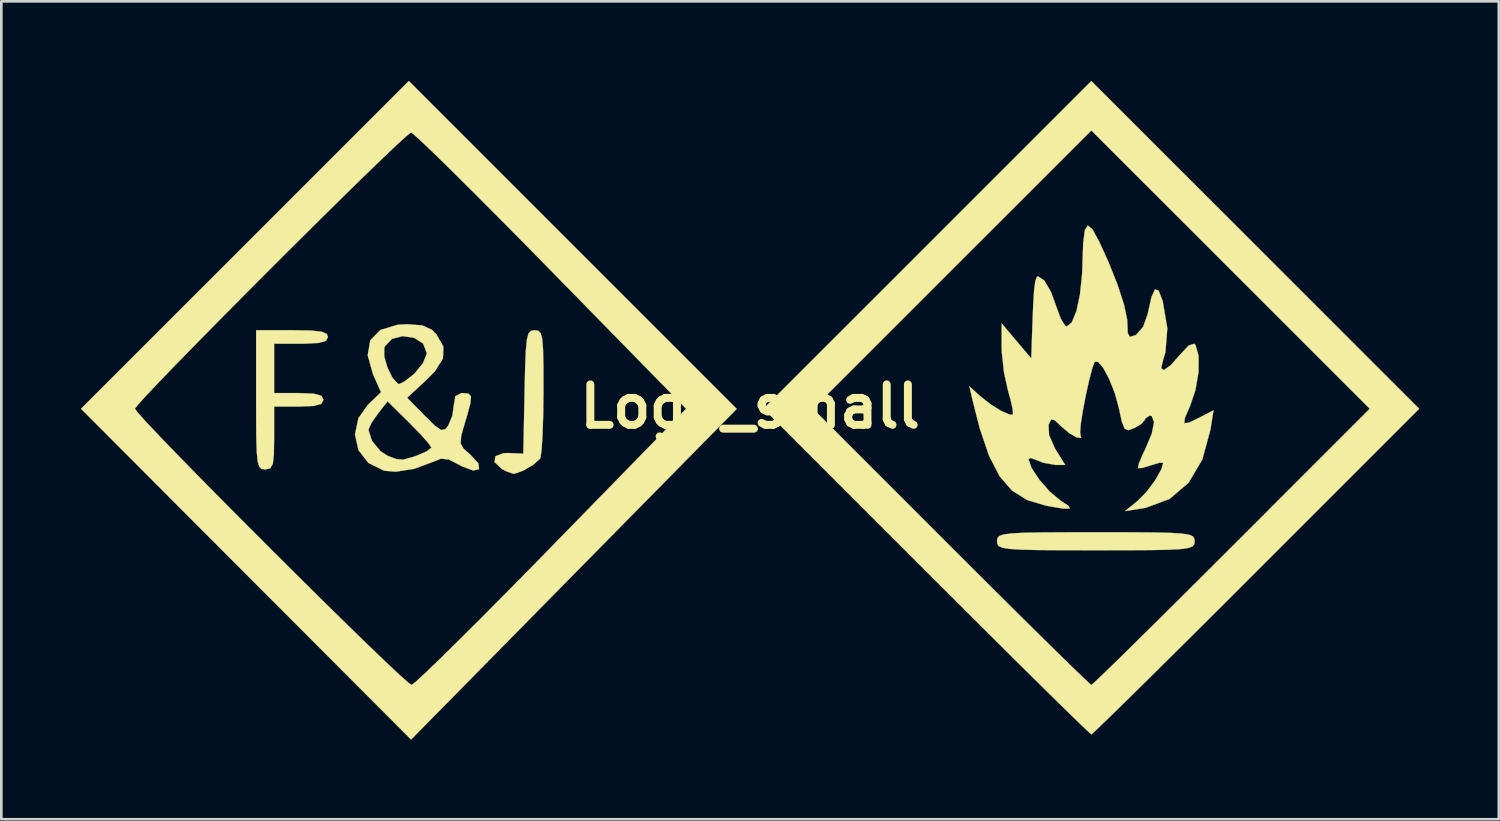
<source format=kicad_pcb>
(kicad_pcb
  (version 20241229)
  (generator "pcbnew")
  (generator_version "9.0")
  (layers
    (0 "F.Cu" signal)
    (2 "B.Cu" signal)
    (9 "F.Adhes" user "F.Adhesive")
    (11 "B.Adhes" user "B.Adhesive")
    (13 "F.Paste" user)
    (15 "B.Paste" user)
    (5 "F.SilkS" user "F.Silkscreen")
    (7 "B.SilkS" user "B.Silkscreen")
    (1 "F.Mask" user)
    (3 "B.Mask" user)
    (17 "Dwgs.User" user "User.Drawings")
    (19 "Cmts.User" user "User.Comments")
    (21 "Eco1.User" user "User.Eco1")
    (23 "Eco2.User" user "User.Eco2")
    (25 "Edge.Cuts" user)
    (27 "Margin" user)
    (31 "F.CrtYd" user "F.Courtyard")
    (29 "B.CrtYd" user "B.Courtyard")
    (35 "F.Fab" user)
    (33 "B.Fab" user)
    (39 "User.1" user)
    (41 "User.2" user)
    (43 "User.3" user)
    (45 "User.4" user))
  (footprint "Logo_small"
    (layer "F.Cu")
    (at 25.236 12.281)
    (property "Reference" "Logo_small" (at 0 0 0) (layer "F.SilkS") (effects (font (size 1.524 1.524) (thickness 0.3))))
    (attr through_hole)
    (fp_poly (pts (xy -7.99 -2.86) (xy -7.898 -2.769) (xy -7.84 -2.552) (xy -7.807 -2.159) (xy -7.794 -1.535) (xy -7.792 -0.63) (xy -7.792 -0.55) (xy -7.802 0.314) (xy -7.826 1.061) (xy -7.862 1.623) (xy -7.906 1.933) (xy -7.919 1.964) (xy -8.17 2.191) (xy -8.547 2.413) (xy -8.876 2.532) (xy -8.921 2.535) (xy -9.169 2.453) (xy -9.356 2.357) (xy -9.635 2.097) (xy -9.604 1.875) (xy -9.29 1.757) (xy -9.102 1.753) (xy -8.551 1.778) (xy -8.504 -0.55) (xy -8.483 -1.48) (xy -8.456 -2.122) (xy -8.415 -2.531) (xy -8.353 -2.759) (xy -8.26 -2.857) (xy -8.127 -2.879) (xy -8.123 -2.879) (xy -7.99 -2.86)) (stroke (width 0.01) (type solid)) (fill yes) (layer "F.SilkS"))
    (fp_poly (pts (xy 14.253 4.742) (xy 15.17 4.748) (xy 15.831 4.763) (xy 16.279 4.79) (xy 16.554 4.833) (xy 16.699 4.895) (xy 16.755 4.982) (xy 16.764 5.08) (xy 16.752 5.19) (xy 16.687 5.274) (xy 16.528 5.334) (xy 16.233 5.375) (xy 15.76 5.4) (xy 15.069 5.413) (xy 14.117 5.418) (xy 13.039 5.419) (xy 11.825 5.418) (xy 10.908 5.412) (xy 10.246 5.397) (xy 9.799 5.37) (xy 9.523 5.327) (xy 9.378 5.265) (xy 9.322 5.178) (xy 9.313 5.08) (xy 9.326 4.97) (xy 9.391 4.886) (xy 9.55 4.826) (xy 9.845 4.785) (xy 10.317 4.76) (xy 11.008 4.747) (xy 11.96 4.742) (xy 13.039 4.741) (xy 14.253 4.742)) (stroke (width 0.01) (type solid)) (fill yes) (layer "F.SilkS"))
    (fp_poly (pts (xy -16.577 -2.867) (xy -16.16 -2.823) (xy -15.96 -2.737) (xy -15.917 -2.625) (xy -15.995 -2.477) (xy -16.272 -2.398) (xy -16.811 -2.371) (xy -16.933 -2.371) (xy -17.949 -2.371) (xy -17.949 -0.508) (xy -17.018 -0.508) (xy -16.456 -0.485) (xy -16.167 -0.405) (xy -16.087 -0.254) (xy -16.17 -0.101) (xy -16.464 -0.022) (xy -17.018 0) (xy -17.949 0) (xy -17.949 1.185) (xy -17.958 1.808) (xy -18 2.165) (xy -18.094 2.328) (xy -18.261 2.37) (xy -18.288 2.371) (xy -18.416 2.354) (xy -18.507 2.273) (xy -18.568 2.076) (xy -18.603 1.715) (xy -18.621 1.14) (xy -18.626 0.302) (xy -18.627 -0.254) (xy -18.627 -2.879) (xy -17.272 -2.879) (xy -16.577 -2.867)) (stroke (width 0.01) (type solid)) (fill yes) (layer "F.SilkS"))
    (fp_poly (pts (xy 19.05 -6.096) (xy 25.231 0.083) (xy 19.093 6.222) (xy 17.904 7.41) (xy 16.787 8.523) (xy 15.765 9.537) (xy 14.862 10.431) (xy 14.1 11.181) (xy 13.501 11.766) (xy 13.089 12.163) (xy 12.886 12.35) (xy 12.869 12.361) (xy 12.736 12.245) (xy 12.387 11.911) (xy 11.844 11.383) (xy 11.131 10.682) (xy 10.269 9.83) (xy 9.282 8.851) (xy 8.193 7.767) (xy 7.024 6.6) (xy 6.645 6.222) (xy 0.508 0.083) (xy 0.508 0.083) (xy 2.371 0.083) (xy 7.577 5.291) (xy 8.67 6.382) (xy 9.689 7.397) (xy 10.61 8.309) (xy 11.406 9.094) (xy 12.055 9.729) (xy 12.53 10.188) (xy 12.807 10.448) (xy 12.869 10.499) (xy 13.003 10.383) (xy 13.352 10.051) (xy 13.889 9.529) (xy 14.592 8.839) (xy 15.434 8.007) (xy 16.391 7.057) (xy 17.439 6.013) (xy 18.162 5.291) (xy 23.368 0.083) (xy 12.869 -10.412) (xy 7.62 -5.165) (xy 2.371 0.083) (xy 0.508 0.083) (xy 6.689 -6.096) (xy 12.869 -12.275) (xy 19.05 -6.096)) (stroke (width 0.01) (type solid)) (fill yes) (layer "F.SilkS"))
    (fp_poly (pts (xy -0.504 0.089) (xy -6.645 6.323) (xy -12.785 12.558) (xy -19.008 6.321) (xy -25.231 0.083) (xy -25.23 0.083) (xy -23.199 0.083) (xy -23.082 0.24) (xy -22.754 0.604) (xy -22.243 1.144) (xy -21.581 1.831) (xy -20.797 2.633) (xy -19.921 3.521) (xy -18.983 4.465) (xy -18.015 5.434) (xy -17.045 6.399) (xy -16.105 7.329) (xy -15.223 8.195) (xy -14.431 8.966) (xy -13.759 9.611) (xy -13.237 10.102) (xy -12.894 10.407) (xy -12.765 10.499) (xy -12.61 10.381) (xy -12.245 10.045) (xy -11.695 9.515) (xy -10.985 8.817) (xy -10.14 7.975) (xy -9.186 7.014) (xy -8.147 5.959) (xy -7.494 5.291) (xy -2.413 0.083) (xy -7.514 -5.129) (xy -8.593 -6.228) (xy -9.602 -7.247) (xy -10.516 -8.163) (xy -11.31 -8.95) (xy -11.958 -9.584) (xy -12.436 -10.039) (xy -12.718 -10.292) (xy -12.784 -10.335) (xy -12.939 -10.218) (xy -13.302 -9.889) (xy -13.84 -9.378) (xy -14.525 -8.716) (xy -15.327 -7.932) (xy -16.214 -7.057) (xy -17.157 -6.121) (xy -18.126 -5.154) (xy -19.091 -4.186) (xy -20.022 -3.247) (xy -20.888 -2.367) (xy -21.66 -1.577) (xy -22.306 -0.907) (xy -22.798 -0.386) (xy -23.105 -0.045) (xy -23.199 0.083) (xy -25.23 0.083) (xy -19.05 -6.096) (xy -12.869 -12.276) (xy -0.504 0.089)) (stroke (width 0.01) (type solid)) (fill yes) (layer "F.SilkS"))
    (fp_poly (pts (xy -12.362 -3.06) (xy -12.001 -2.895) (xy -11.827 -2.719) (xy -11.565 -2.258) (xy -11.581 -1.814) (xy -11.886 -1.329) (xy -12.223 -0.987) (xy -12.932 -0.333) (xy -12.268 0.348) (xy -11.883 0.725) (xy -11.651 0.884) (xy -11.497 0.857) (xy -11.39 0.736) (xy -11.227 0.347) (xy -11.176 -0.032) (xy -11.114 -0.389) (xy -10.891 -0.506) (xy -10.837 -0.508) (xy -10.62 -0.488) (xy -10.525 -0.381) (xy -10.548 -0.117) (xy -10.682 0.375) (xy -10.753 0.608) (xy -10.894 1.102) (xy -10.916 1.391) (xy -10.8 1.594) (xy -10.562 1.802) (xy -10.247 2.141) (xy -10.219 2.36) (xy -10.439 2.413) (xy -10.862 2.257) (xy -10.946 2.21) (xy -11.36 1.997) (xy -11.656 1.965) (xy -11.989 2.097) (xy -12.668 2.349) (xy -13.36 2.456) (xy -13.801 2.42) (xy -14.395 2.126) (xy -14.769 1.642) (xy -14.9 1.051) (xy -14.864 0.881) (xy -14.393 0.881) (xy -14.259 1.293) (xy -13.938 1.685) (xy -13.663 1.861) (xy -13.327 1.985) (xy -13.077 2.002) (xy -12.745 1.911) (xy -12.556 1.846) (xy -12.194 1.689) (xy -12.024 1.554) (xy -12.023 1.543) (xy -12.135 1.374) (xy -12.429 1.043) (xy -12.841 0.621) (xy -12.846 0.615) (xy -13.67 -0.196) (xy -14.032 0.263) (xy -14.277 0.617) (xy -14.392 0.866) (xy -14.393 0.881) (xy -14.864 0.881) (xy -14.77 0.437) (xy -14.409 -0.07) (xy -13.917 -0.541) (xy -14.22 -1.218) (xy -14.42 -1.935) (xy -14.372 -2.209) (xy -13.798 -2.209) (xy -13.795 -1.882) (xy -13.672 -1.462) (xy -13.482 -1.078) (xy -13.281 -0.86) (xy -13.228 -0.847) (xy -13.022 -0.952) (xy -12.697 -1.21) (xy -12.64 -1.262) (xy -12.337 -1.633) (xy -12.194 -1.986) (xy -12.192 -2.018) (xy -12.33 -2.376) (xy -12.67 -2.593) (xy -13.099 -2.656) (xy -13.506 -2.551) (xy -13.777 -2.266) (xy -13.798 -2.209) (xy -14.372 -2.209) (xy -14.322 -2.498) (xy -13.941 -2.888) (xy -13.289 -3.084) (xy -12.925 -3.104) (xy -12.362 -3.06)) (stroke (width 0.01) (type solid)) (fill yes) (layer "F.SilkS"))
    (fp_poly (pts (xy 12.916 -6.675) (xy 13.177 -6.197) (xy 13.509 -5.464) (xy 13.857 -4.594) (xy 14.102 -3.841) (xy 14.219 -3.283) (xy 14.225 -3.169) (xy 14.242 -2.762) (xy 14.326 -2.625) (xy 14.526 -2.69) (xy 14.555 -2.705) (xy 14.823 -3.005) (xy 14.998 -3.501) (xy 15 -3.516) (xy 15.137 -4.134) (xy 15.27 -4.418) (xy 15.405 -4.375) (xy 15.549 -4.01) (xy 15.561 -3.97) (xy 15.734 -2.949) (xy 15.664 -2.056) (xy 15.583 -1.789) (xy 15.502 -1.45) (xy 15.601 -1.372) (xy 15.852 -1.55) (xy 16.201 -1.94) (xy 16.539 -2.301) (xy 16.749 -2.368) (xy 16.798 -2.321) (xy 16.914 -1.903) (xy 16.91 -1.295) (xy 16.795 -0.621) (xy 16.599 -0.042) (xy 16.398 0.426) (xy 16.374 0.629) (xy 16.559 0.606) (xy 16.959 0.41) (xy 17.476 0.143) (xy 17.359 0.876) (xy 17.053 2) (xy 16.536 2.873) (xy 15.819 3.484) (xy 14.913 3.82) (xy 14.781 3.843) (xy 14.139 3.942) (xy 14.608 3.565) (xy 14.952 3.217) (xy 15.281 2.773) (xy 15.515 2.355) (xy 15.579 2.129) (xy 15.443 2.117) (xy 15.132 2.21) (xy 14.79 2.315) (xy 14.626 2.322) (xy 14.66 2.15) (xy 14.814 1.788) (xy 14.904 1.604) (xy 15.149 1.024) (xy 15.233 0.59) (xy 15.15 0.36) (xy 15.071 0.339) (xy 14.906 0.447) (xy 14.901 0.481) (xy 14.765 0.649) (xy 14.498 0.807) (xy 14.267 0.891) (xy 14.125 0.836) (xy 14.021 0.579) (xy 13.906 0.054) (xy 13.901 0.03) (xy 13.753 -0.511) (xy 13.547 -1.029) (xy 13.324 -1.447) (xy 13.124 -1.688) (xy 12.999 -1.691) (xy 12.906 -1.454) (xy 12.787 -0.999) (xy 12.661 -0.427) (xy 12.548 0.161) (xy 12.47 0.663) (xy 12.445 0.979) (xy 12.455 1.03) (xy 12.484 1.183) (xy 12.32 1.166) (xy 12.044 1.01) (xy 11.768 0.777) (xy 11.488 0.516) (xy 11.35 0.487) (xy 11.261 0.675) (xy 11.255 0.694) (xy 11.276 1.077) (xy 11.494 1.574) (xy 11.516 1.611) (xy 11.881 2.201) (xy 11.517 2.201) (xy 11.058 2.12) (xy 10.826 2.026) (xy 10.572 1.939) (xy 10.499 1.984) (xy 10.617 2.322) (xy 10.913 2.766) (xy 11.301 3.208) (xy 11.697 3.54) (xy 11.725 3.557) (xy 12.018 3.756) (xy 12.052 3.85) (xy 11.806 3.848) (xy 11.257 3.756) (xy 11.148 3.735) (xy 10.45 3.525) (xy 9.88 3.17) (xy 9.41 2.629) (xy 9.014 1.863) (xy 8.663 0.832) (xy 8.387 -0.254) (xy 8.27 -0.762) (xy 8.665 -0.402) (xy 9.059 -0.09) (xy 9.468 0.165) (xy 9.791 0.306) (xy 9.914 0.302) (xy 9.906 0.118) (xy 9.816 -0.283) (xy 9.73 -0.585) (xy 9.576 -1.29) (xy 9.491 -2.053) (xy 9.485 -2.271) (xy 9.488 -3.133) (xy 10.046 -2.473) (xy 10.604 -1.813) (xy 10.642 -2.938) (xy 10.675 -3.811) (xy 10.712 -4.394) (xy 10.757 -4.737) (xy 10.816 -4.89) (xy 10.859 -4.911) (xy 11.094 -4.754) (xy 11.345 -4.328) (xy 11.562 -3.731) (xy 11.723 -3.299) (xy 11.885 -3.046) (xy 11.938 -3.019) (xy 12.132 -3.173) (xy 12.306 -3.598) (xy 12.441 -4.228) (xy 12.52 -4.997) (xy 12.533 -5.334) (xy 12.562 -6.162) (xy 12.625 -6.659) (xy 12.738 -6.83) (xy 12.916 -6.675)) (stroke (width 0.01) (type solid)) (fill yes) (layer "F.SilkS")))
  (gr_rect
    (start -3 -3)
    (end 53.471 27.844)
    (stroke (width 0.1) (type default))
    (fill no)
    (layer "Edge.Cuts")))
</source>
